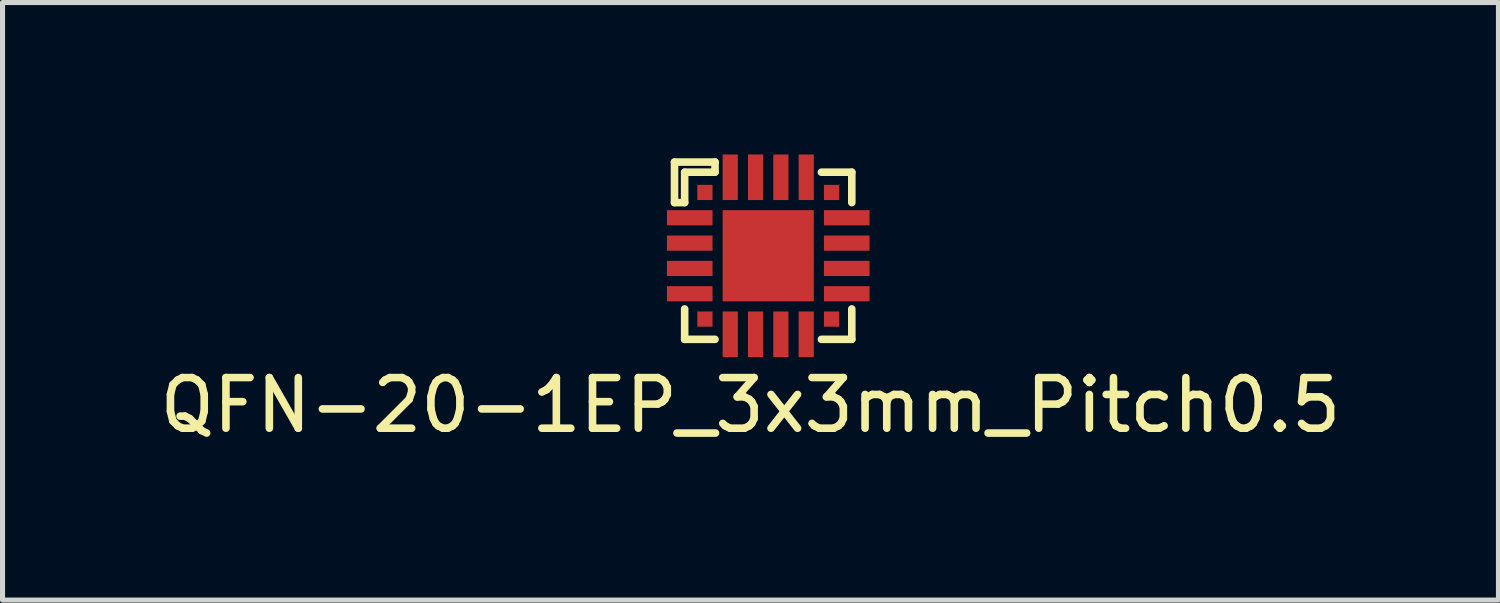
<source format=kicad_pcb>
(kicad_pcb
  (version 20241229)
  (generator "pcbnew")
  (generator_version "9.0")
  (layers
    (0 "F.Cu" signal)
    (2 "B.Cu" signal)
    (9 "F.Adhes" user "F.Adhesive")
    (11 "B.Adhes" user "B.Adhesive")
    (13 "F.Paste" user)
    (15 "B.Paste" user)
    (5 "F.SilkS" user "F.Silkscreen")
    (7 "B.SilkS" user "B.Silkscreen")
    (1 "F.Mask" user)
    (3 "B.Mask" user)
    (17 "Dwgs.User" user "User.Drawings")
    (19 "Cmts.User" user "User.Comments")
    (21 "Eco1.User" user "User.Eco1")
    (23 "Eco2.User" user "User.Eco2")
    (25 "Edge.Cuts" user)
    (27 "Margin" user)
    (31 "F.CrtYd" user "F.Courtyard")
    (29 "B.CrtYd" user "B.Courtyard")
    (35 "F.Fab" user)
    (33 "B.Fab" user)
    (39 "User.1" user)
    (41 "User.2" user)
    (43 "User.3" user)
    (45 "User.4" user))
  (footprint "QFN-20-1EP_3x3mm_Pitch0.5"
    (layer "F.Cu")
    (at 12.118 2)
    (property "Reference" "QFN-20-1EP_3x3mm_Pitch0.5" (at -0.35 2.95 0) (layer "F.SilkS") (effects (font (size 1 1) (thickness 0.15))))
    (attr through_hole)
    (fp_line (start -1.85 -1.85) (end -1.05 -1.85) (stroke (width 0.15) (type solid)) (layer "F.SilkS"))
    (fp_line (start -1.85 -1.05) (end -1.85 -1.85) (stroke (width 0.15) (type solid)) (layer "F.SilkS"))
    (fp_line (start -1.65 -1.65) (end -1.05 -1.65) (stroke (width 0.15) (type solid)) (layer "F.SilkS"))
    (fp_line (start -1.65 -1.05) (end -1.85 -1.05) (stroke (width 0.15) (type solid)) (layer "F.SilkS"))
    (fp_line (start -1.65 -1.05) (end -1.65 -1.65) (stroke (width 0.15) (type solid)) (layer "F.SilkS"))
    (fp_line (start -1.65 1.05) (end -1.65 1.65) (stroke (width 0.15) (type solid)) (layer "F.SilkS"))
    (fp_line (start -1.65 1.65) (end -1.05 1.65) (stroke (width 0.15) (type solid)) (layer "F.SilkS"))
    (fp_line (start -1.05 -1.85) (end -1.05 -1.65) (stroke (width 0.15) (type solid)) (layer "F.SilkS"))
    (fp_line (start 1.05 -1.65) (end 1.65 -1.65) (stroke (width 0.15) (type solid)) (layer "F.SilkS"))
    (fp_line (start 1.05 1.65) (end 1.65 1.65) (stroke (width 0.15) (type solid)) (layer "F.SilkS"))
    (fp_line (start 1.65 -1.65) (end 1.65 -1.05) (stroke (width 0.15) (type solid)) (layer "F.SilkS"))
    (fp_line (start 1.65 1.65) (end 1.65 1.05) (stroke (width 0.15) (type solid)) (layer "F.SilkS"))
    (pad "1" smd rect (at -1.25 -1.25) (size 0.3 0.3) (layers "F.Cu" "F.Mask" "F.Paste"))
    (pad "2" smd rect (at -1.55 -0.75) (size 0.9 0.3) (layers "F.Cu" "F.Mask" "F.Paste"))
    (pad "3" smd rect (at -1.55 -0.25) (size 0.9 0.3) (layers "F.Cu" "F.Mask" "F.Paste"))
    (pad "4" smd rect (at -1.55 0.25) (size 0.9 0.3) (layers "F.Cu" "F.Mask" "F.Paste"))
    (pad "5" smd rect (at -1.55 0.75) (size 0.9 0.3) (layers "F.Cu" "F.Mask" "F.Paste"))
    (pad "6" smd rect (at -1.25 1.25) (size 0.3 0.3) (layers "F.Cu" "F.Mask" "F.Paste"))
    (pad "7" smd rect (at -0.75 1.55 90) (size 0.9 0.3) (layers "F.Cu" "F.Mask" "F.Paste"))
    (pad "8" smd rect (at -0.25 1.55 90) (size 0.9 0.3) (layers "F.Cu" "F.Mask" "F.Paste"))
    (pad "9" smd rect (at 0.25 1.55 90) (size 0.9 0.3) (layers "F.Cu" "F.Mask" "F.Paste"))
    (pad "10" smd rect (at 0.75 1.55 90) (size 0.9 0.3) (layers "F.Cu" "F.Mask" "F.Paste"))
    (pad "11" smd rect (at 1.25 1.25) (size 0.3 0.3) (layers "F.Cu" "F.Mask" "F.Paste"))
    (pad "12" smd rect (at 1.55 0.75) (size 0.9 0.3) (layers "F.Cu" "F.Mask" "F.Paste"))
    (pad "13" smd rect (at 1.55 0.25) (size 0.9 0.3) (layers "F.Cu" "F.Mask" "F.Paste"))
    (pad "14" smd rect (at 1.55 -0.25) (size 0.9 0.3) (layers "F.Cu" "F.Mask" "F.Paste"))
    (pad "15" smd rect (at 1.55 -0.75) (size 0.9 0.3) (layers "F.Cu" "F.Mask" "F.Paste"))
    (pad "16" smd rect (at 1.25 -1.25) (size 0.3 0.3) (layers "F.Cu" "F.Mask" "F.Paste"))
    (pad "17" smd rect (at 0.75 -1.55) (size 0.3 0.9) (layers "F.Cu" "F.Mask" "F.Paste"))
    (pad "18" smd rect (at 0.25 -1.55) (size 0.3 0.9) (layers "F.Cu" "F.Mask" "F.Paste"))
    (pad "19" smd rect (at -0.25 -1.55) (size 0.3 0.9) (layers "F.Cu" "F.Mask" "F.Paste"))
    (pad "20" smd rect (at -0.75 -1.55) (size 0.3 0.9) (layers "F.Cu" "F.Mask" "F.Paste"))
    (pad "21" smd rect (at 0 0) (size 1.8 1.8) (layers "F.Cu" "F.Mask" "F.Paste")))
  (gr_rect
    (start -3 -3)
    (end 26.536 8.798)
    (stroke (width 0.1) (type default))
    (fill no)
    (layer "Edge.Cuts")))
</source>
